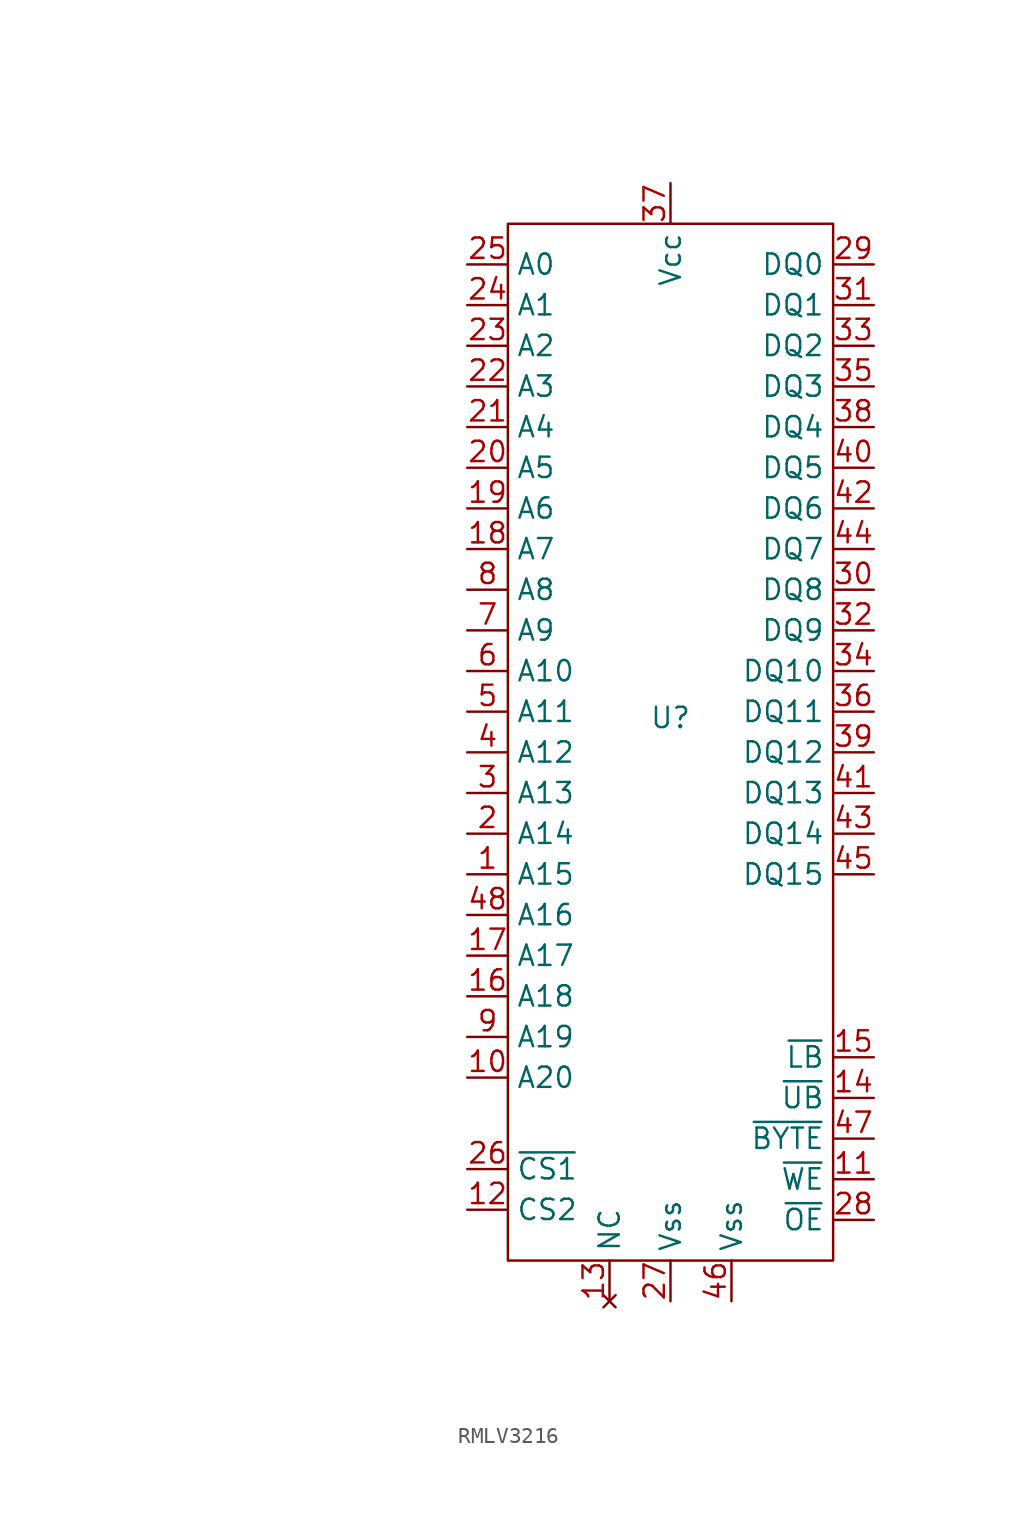
<source format=kicad_sym>
(kicad_symbol_lib
  (version 20231120)
  (generator "kicad_symbol_editor")
  (generator_version "8.0")
  (symbol "RMLV3216"
    (property "Reference" "U"
      (at 0 1.524 0)
      (effects (font (size 1.27 1.27))))
    (property "Value" ""
      (at -33.02 22.225 0)
      (effects (font (size 1.27 1.27))))
    (symbol "RMLV3216_0_0"
      (pin input line (at -12.7 -8.255 0) (length 2.54) (name "A15" (effects (font (size 1.27 1.27)))) (number "1" (effects (font (size 1.27 1.27)))))
      (pin input line (at -12.7 -20.955 0) (length 2.54) (name "A20" (effects (font (size 1.27 1.27)))) (number "10" (effects (font (size 1.27 1.27)))))
      (pin input line (at 12.7 -27.305 180) (length 2.54) (name "~{WE}" (effects (font (size 1.27 1.27)))) (number "11" (effects (font (size 1.27 1.27)))))
      (pin input line (at -12.7 -29.21 0) (length 2.54) (name "CS2" (effects (font (size 1.27 1.27)))) (number "12" (effects (font (size 1.27 1.27)))))
      (pin no_connect line (at -3.81 -34.925 90) (length 2.54) (name "NC" (effects (font (size 1.27 1.27)))) (number "13" (effects (font (size 1.27 1.27)))))
      (pin input line (at 12.7 -22.225 180) (length 2.54) (name "~{UB}" (effects (font (size 1.27 1.27)))) (number "14" (effects (font (size 1.27 1.27)))))
      (pin input line (at 12.7 -19.685 180) (length 2.54) (name "~{LB}" (effects (font (size 1.27 1.27)))) (number "15" (effects (font (size 1.27 1.27)))))
      (pin input line (at -12.7 -15.875 0) (length 2.54) (name "A18" (effects (font (size 1.27 1.27)))) (number "16" (effects (font (size 1.27 1.27)))))
      (pin input line (at -12.7 -13.335 0) (length 2.54) (name "A17" (effects (font (size 1.27 1.27)))) (number "17" (effects (font (size 1.27 1.27)))))
      (pin input line (at -12.7 12.065 0) (length 2.54) (name "A7" (effects (font (size 1.27 1.27)))) (number "18" (effects (font (size 1.27 1.27)))))
      (pin input line (at -12.7 14.605 0) (length 2.54) (name "A6" (effects (font (size 1.27 1.27)))) (number "19" (effects (font (size 1.27 1.27)))))
      (pin input line (at -12.7 -5.715 0) (length 2.54) (name "A14" (effects (font (size 1.27 1.27)))) (number "2" (effects (font (size 1.27 1.27)))))
      (pin input line (at -12.7 17.145 0) (length 2.54) (name "A5" (effects (font (size 1.27 1.27)))) (number "20" (effects (font (size 1.27 1.27)))))
      (pin input line (at -12.7 19.685 0) (length 2.54) (name "A4" (effects (font (size 1.27 1.27)))) (number "21" (effects (font (size 1.27 1.27)))))
      (pin input line (at -12.7 22.225 0) (length 2.54) (name "A3" (effects (font (size 1.27 1.27)))) (number "22" (effects (font (size 1.27 1.27)))))
      (pin input line (at -12.7 24.765 0) (length 2.54) (name "A2" (effects (font (size 1.27 1.27)))) (number "23" (effects (font (size 1.27 1.27)))))
      (pin input line (at -12.7 27.305 0) (length 2.54) (name "A1" (effects (font (size 1.27 1.27)))) (number "24" (effects (font (size 1.27 1.27)))))
      (pin input line (at -12.7 29.845 0) (length 2.54) (name "A0" (effects (font (size 1.27 1.27)))) (number "25" (effects (font (size 1.27 1.27)))))
      (pin input line (at -12.7 -26.67 0) (length 2.54) (name "~{CS1}" (effects (font (size 1.27 1.27)))) (number "26" (effects (font (size 1.27 1.27)))))
      (pin passive line (at 0 -34.925 90) (length 2.54) (name "Vss" (effects (font (size 1.27 1.27)))) (number "27" (effects (font (size 1.27 1.27)))))
      (pin input line (at 12.7 -29.845 180) (length 2.54) (name "~{OE}" (effects (font (size 1.27 1.27)))) (number "28" (effects (font (size 1.27 1.27)))))
      (pin bidirectional line (at 12.7 29.845 180) (length 2.54) (name "DQ0" (effects (font (size 1.27 1.27)))) (number "29" (effects (font (size 1.27 1.27)))))
      (pin input line (at -12.7 -3.175 0) (length 2.54) (name "A13" (effects (font (size 1.27 1.27)))) (number "3" (effects (font (size 1.27 1.27)))))
      (pin bidirectional line (at 12.7 9.525 180) (length 2.54) (name "DQ8" (effects (font (size 1.27 1.27)))) (number "30" (effects (font (size 1.27 1.27)))))
      (pin bidirectional line (at 12.7 27.305 180) (length 2.54) (name "DQ1" (effects (font (size 1.27 1.27)))) (number "31" (effects (font (size 1.27 1.27)))))
      (pin bidirectional line (at 12.7 6.985 180) (length 2.54) (name "DQ9" (effects (font (size 1.27 1.27)))) (number "32" (effects (font (size 1.27 1.27)))))
      (pin bidirectional line (at 12.7 24.765 180) (length 2.54) (name "DQ2" (effects (font (size 1.27 1.27)))) (number "33" (effects (font (size 1.27 1.27)))))
      (pin bidirectional line (at 12.7 4.445 180) (length 2.54) (name "DQ10" (effects (font (size 1.27 1.27)))) (number "34" (effects (font (size 1.27 1.27)))))
      (pin bidirectional line (at 12.7 22.225 180) (length 2.54) (name "DQ3" (effects (font (size 1.27 1.27)))) (number "35" (effects (font (size 1.27 1.27)))))
      (pin bidirectional line (at 12.7 1.905 180) (length 2.54) (name "DQ11" (effects (font (size 1.27 1.27)))) (number "36" (effects (font (size 1.27 1.27)))))
      (pin passive line (at 0 34.925 270) (length 2.54) (name "Vcc" (effects (font (size 1.27 1.27)))) (number "37" (effects (font (size 1.27 1.27)))))
      (pin bidirectional line (at 12.7 19.685 180) (length 2.54) (name "DQ4" (effects (font (size 1.27 1.27)))) (number "38" (effects (font (size 1.27 1.27)))))
      (pin bidirectional line (at 12.7 -0.635 180) (length 2.54) (name "DQ12" (effects (font (size 1.27 1.27)))) (number "39" (effects (font (size 1.27 1.27)))))
      (pin input line (at -12.7 -0.635 0) (length 2.54) (name "A12" (effects (font (size 1.27 1.27)))) (number "4" (effects (font (size 1.27 1.27)))))
      (pin bidirectional line (at 12.7 17.145 180) (length 2.54) (name "DQ5" (effects (font (size 1.27 1.27)))) (number "40" (effects (font (size 1.27 1.27)))))
      (pin bidirectional line (at 12.7 -3.175 180) (length 2.54) (name "DQ13" (effects (font (size 1.27 1.27)))) (number "41" (effects (font (size 1.27 1.27)))))
      (pin bidirectional line (at 12.7 14.605 180) (length 2.54) (name "DQ6" (effects (font (size 1.27 1.27)))) (number "42" (effects (font (size 1.27 1.27)))))
      (pin bidirectional line (at 12.7 -5.715 180) (length 2.54) (name "DQ14" (effects (font (size 1.27 1.27)))) (number "43" (effects (font (size 1.27 1.27)))))
      (pin bidirectional line (at 12.7 12.065 180) (length 2.54) (name "DQ7" (effects (font (size 1.27 1.27)))) (number "44" (effects (font (size 1.27 1.27)))))
      (pin bidirectional line (at 12.7 -8.255 180) (length 2.54) (name "DQ15" (effects (font (size 1.27 1.27)))) (number "45" (effects (font (size 1.27 1.27)))))
      (pin passive line (at 3.81 -34.925 90) (length 2.54) (name "Vss" (effects (font (size 1.27 1.27)))) (number "46" (effects (font (size 1.27 1.27)))))
      (pin input line (at 12.7 -24.765 180) (length 2.54) (name "~{BYTE}" (effects (font (size 1.27 1.27)))) (number "47" (effects (font (size 1.27 1.27)))))
      (pin input line (at -12.7 -10.795 0) (length 2.54) (name "A16" (effects (font (size 1.27 1.27)))) (number "48" (effects (font (size 1.27 1.27)))))
      (pin input line (at -12.7 1.905 0) (length 2.54) (name "A11" (effects (font (size 1.27 1.27)))) (number "5" (effects (font (size 1.27 1.27)))))
      (pin input line (at -12.7 4.445 0) (length 2.54) (name "A10" (effects (font (size 1.27 1.27)))) (number "6" (effects (font (size 1.27 1.27)))))
      (pin input line (at -12.7 6.985 0) (length 2.54) (name "A9" (effects (font (size 1.27 1.27)))) (number "7" (effects (font (size 1.27 1.27)))))
      (pin input line (at -12.7 9.525 0) (length 2.54) (name "A8" (effects (font (size 1.27 1.27)))) (number "8" (effects (font (size 1.27 1.27)))))
      (pin input line (at -12.7 -18.415 0) (length 2.54) (name "A19" (effects (font (size 1.27 1.27)))) (number "9" (effects (font (size 1.27 1.27))))))
    (symbol "RMLV3216_0_1"
      (rectangle (start -10.16 32.385) (end 10.16 -32.385) (stroke (width 0) (type default)) (fill (type none))))))
</source>
